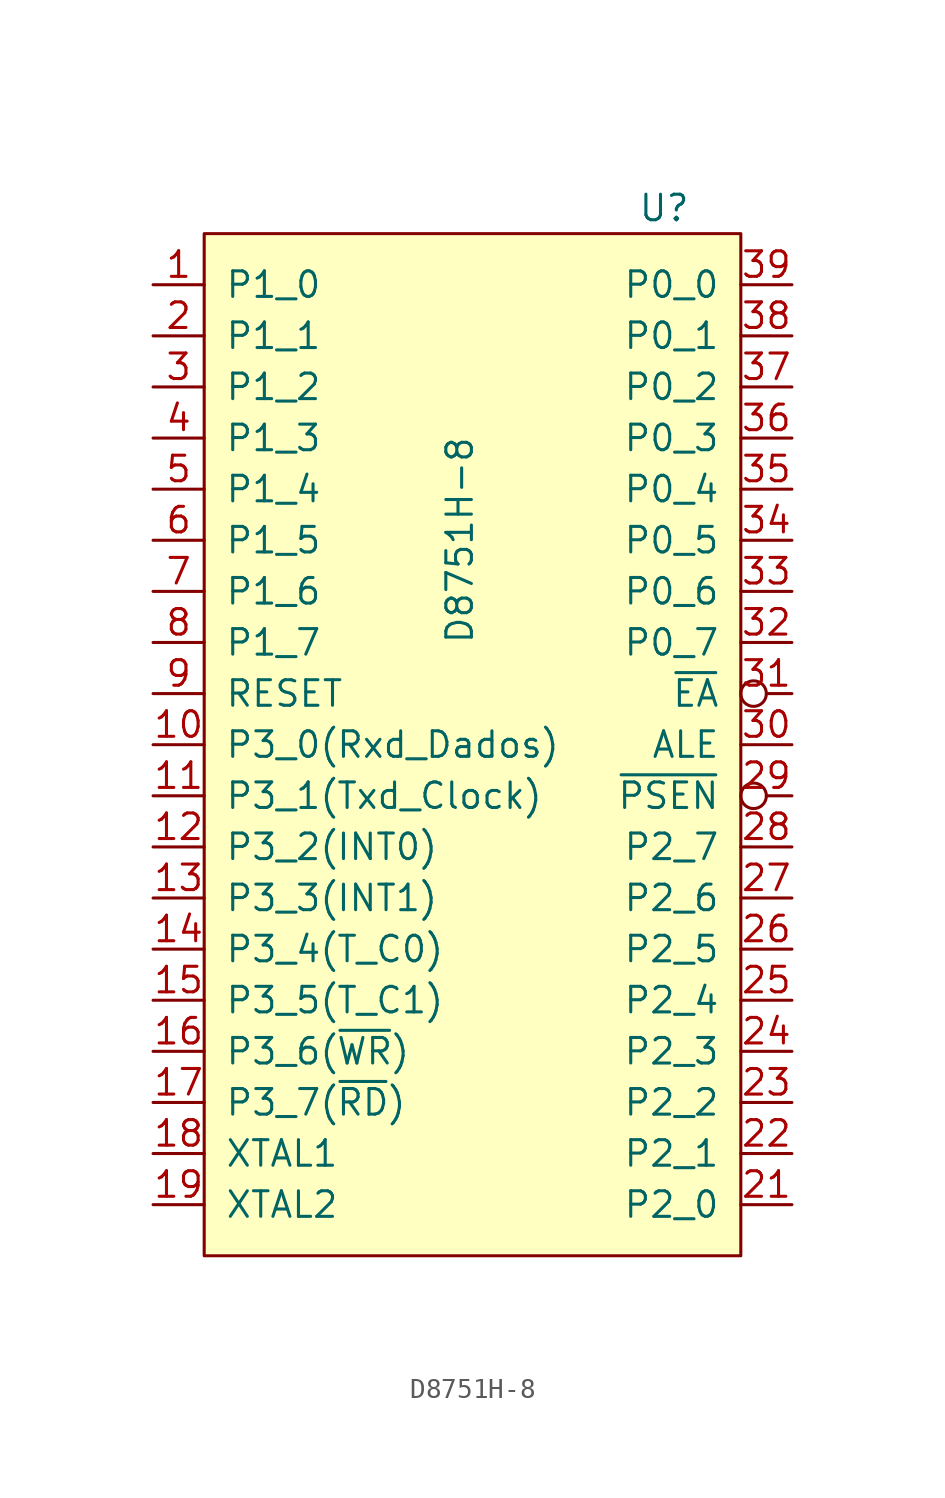
<source format=kicad_sym>
(kicad_symbol_lib
  (version 20211014)
  (generator kicad_symbol_editor)
  (symbol "D8751H-8"
    (pin_names
      (offset 1.016))
    (property "Reference" "U"
      (at 8.89 26.67 0)
      (effects (font (size 1.27 1.27))))
    (property "Value" "D8751H-8"
      (at -1.27 10.16 90)
      (effects (font (size 1.27 1.27))))
    (symbol "D8751H-8_0_1"
      (rectangle (start -13.97 25.4) (end 12.7 -25.4) (stroke (width 0) (type default) (color 0 0 0 0)) (fill (type background))))
    (symbol "D8751H-8_1_1"
      (pin tri_state line (at -16.51 22.86 0) (length 2.54) (name "P1_0" (effects (font (size 1.27 1.27)))) (number "1" (effects (font (size 1.27 1.27)))))
      (pin tri_state line (at -16.51 0 0) (length 2.54) (name "P3_0(Rxd_Dados)" (effects (font (size 1.27 1.27)))) (number "10" (effects (font (size 1.27 1.27)))))
      (pin tri_state line (at -16.51 -2.54 0) (length 2.54) (name "P3_1(Txd_Clock)" (effects (font (size 1.27 1.27)))) (number "11" (effects (font (size 1.27 1.27)))))
      (pin tri_state line (at -16.51 -5.08 0) (length 2.54) (name "P3_2(INT0)" (effects (font (size 1.27 1.27)))) (number "12" (effects (font (size 1.27 1.27)))))
      (pin tri_state line (at -16.51 -7.62 0) (length 2.54) (name "P3_3(INT1)" (effects (font (size 1.27 1.27)))) (number "13" (effects (font (size 1.27 1.27)))))
      (pin tri_state line (at -16.51 -10.16 0) (length 2.54) (name "P3_4(T_C0)" (effects (font (size 1.27 1.27)))) (number "14" (effects (font (size 1.27 1.27)))))
      (pin tri_state line (at -16.51 -12.7 0) (length 2.54) (name "P3_5(T_C1)" (effects (font (size 1.27 1.27)))) (number "15" (effects (font (size 1.27 1.27)))))
      (pin tri_state line (at -16.51 -15.24 0) (length 2.54) (name "P3_6(~{WR})" (effects (font (size 1.27 1.27)))) (number "16" (effects (font (size 1.27 1.27)))))
      (pin tri_state line (at -16.51 -17.78 0) (length 2.54) (name "P3_7(~{RD})" (effects (font (size 1.27 1.27)))) (number "17" (effects (font (size 1.27 1.27)))))
      (pin input line (at -16.51 -20.32 0) (length 2.54) (name "XTAL1" (effects (font (size 1.27 1.27)))) (number "18" (effects (font (size 1.27 1.27)))))
      (pin input line (at -16.51 -22.86 0) (length 2.54) (name "XTAL2" (effects (font (size 1.27 1.27)))) (number "19" (effects (font (size 1.27 1.27)))))
      (pin tri_state line (at -16.51 20.32 0) (length 2.54) (name "P1_1" (effects (font (size 1.27 1.27)))) (number "2" (effects (font (size 1.27 1.27)))))
      (pin power_in line (at 0 -25.4 90) (length 2.54) hide (name "VSS" (effects (font (size 1.27 1.27)))) (number "20" (effects (font (size 1.27 1.27)))))
      (pin tri_state line (at 15.24 -22.86 180) (length 2.54) (name "P2_0" (effects (font (size 1.27 1.27)))) (number "21" (effects (font (size 1.27 1.27)))))
      (pin tri_state line (at 15.24 -20.32 180) (length 2.54) (name "P2_1" (effects (font (size 1.27 1.27)))) (number "22" (effects (font (size 1.27 1.27)))))
      (pin tri_state line (at 15.24 -17.78 180) (length 2.54) (name "P2_2" (effects (font (size 1.27 1.27)))) (number "23" (effects (font (size 1.27 1.27)))))
      (pin tri_state line (at 15.24 -15.24 180) (length 2.54) (name "P2_3" (effects (font (size 1.27 1.27)))) (number "24" (effects (font (size 1.27 1.27)))))
      (pin tri_state line (at 15.24 -12.7 180) (length 2.54) (name "P2_4" (effects (font (size 1.27 1.27)))) (number "25" (effects (font (size 1.27 1.27)))))
      (pin tri_state line (at 15.24 -10.16 180) (length 2.54) (name "P2_5" (effects (font (size 1.27 1.27)))) (number "26" (effects (font (size 1.27 1.27)))))
      (pin tri_state line (at 15.24 -7.62 180) (length 2.54) (name "P2_6" (effects (font (size 1.27 1.27)))) (number "27" (effects (font (size 1.27 1.27)))))
      (pin tri_state line (at 15.24 -5.08 180) (length 2.54) (name "P2_7" (effects (font (size 1.27 1.27)))) (number "28" (effects (font (size 1.27 1.27)))))
      (pin output inverted (at 15.24 -2.54 180) (length 2.54) (name "~{PSEN}" (effects (font (size 1.27 1.27)))) (number "29" (effects (font (size 1.27 1.27)))))
      (pin tri_state line (at -16.51 17.78 0) (length 2.54) (name "P1_2" (effects (font (size 1.27 1.27)))) (number "3" (effects (font (size 1.27 1.27)))))
      (pin output line (at 15.24 0 180) (length 2.54) (name "ALE" (effects (font (size 1.27 1.27)))) (number "30" (effects (font (size 1.27 1.27)))))
      (pin output inverted (at 15.24 2.54 180) (length 2.54) (name "~{EA}" (effects (font (size 1.27 1.27)))) (number "31" (effects (font (size 1.27 1.27)))))
      (pin tri_state line (at 15.24 5.08 180) (length 2.54) (name "P0_7" (effects (font (size 1.27 1.27)))) (number "32" (effects (font (size 1.27 1.27)))))
      (pin tri_state line (at 15.24 7.62 180) (length 2.54) (name "P0_6" (effects (font (size 1.27 1.27)))) (number "33" (effects (font (size 1.27 1.27)))))
      (pin tri_state line (at 15.24 10.16 180) (length 2.54) (name "P0_5" (effects (font (size 1.27 1.27)))) (number "34" (effects (font (size 1.27 1.27)))))
      (pin tri_state line (at 15.24 12.7 180) (length 2.54) (name "P0_4" (effects (font (size 1.27 1.27)))) (number "35" (effects (font (size 1.27 1.27)))))
      (pin tri_state line (at 15.24 15.24 180) (length 2.54) (name "P0_3" (effects (font (size 1.27 1.27)))) (number "36" (effects (font (size 1.27 1.27)))))
      (pin tri_state line (at 15.24 17.78 180) (length 2.54) (name "P0_2" (effects (font (size 1.27 1.27)))) (number "37" (effects (font (size 1.27 1.27)))))
      (pin tri_state line (at 15.24 20.32 180) (length 2.54) (name "P0_1" (effects (font (size 1.27 1.27)))) (number "38" (effects (font (size 1.27 1.27)))))
      (pin tri_state line (at 15.24 22.86 180) (length 2.54) (name "P0_0" (effects (font (size 1.27 1.27)))) (number "39" (effects (font (size 1.27 1.27)))))
      (pin tri_state line (at -16.51 15.24 0) (length 2.54) (name "P1_3" (effects (font (size 1.27 1.27)))) (number "4" (effects (font (size 1.27 1.27)))))
      (pin power_in line (at 0 25.4 270) (length 2.54) hide (name "VCC" (effects (font (size 1.27 1.27)))) (number "40" (effects (font (size 1.27 1.27)))))
      (pin tri_state line (at -16.51 12.7 0) (length 2.54) (name "P1_4" (effects (font (size 1.27 1.27)))) (number "5" (effects (font (size 1.27 1.27)))))
      (pin tri_state line (at -16.51 10.16 0) (length 2.54) (name "P1_5" (effects (font (size 1.27 1.27)))) (number "6" (effects (font (size 1.27 1.27)))))
      (pin tri_state line (at -16.51 7.62 0) (length 2.54) (name "P1_6" (effects (font (size 1.27 1.27)))) (number "7" (effects (font (size 1.27 1.27)))))
      (pin tri_state line (at -16.51 5.08 0) (length 2.54) (name "P1_7" (effects (font (size 1.27 1.27)))) (number "8" (effects (font (size 1.27 1.27)))))
      (pin input line (at -16.51 2.54 0) (length 2.54) (name "RESET" (effects (font (size 1.27 1.27)))) (number "9" (effects (font (size 1.27 1.27))))))))
</source>
